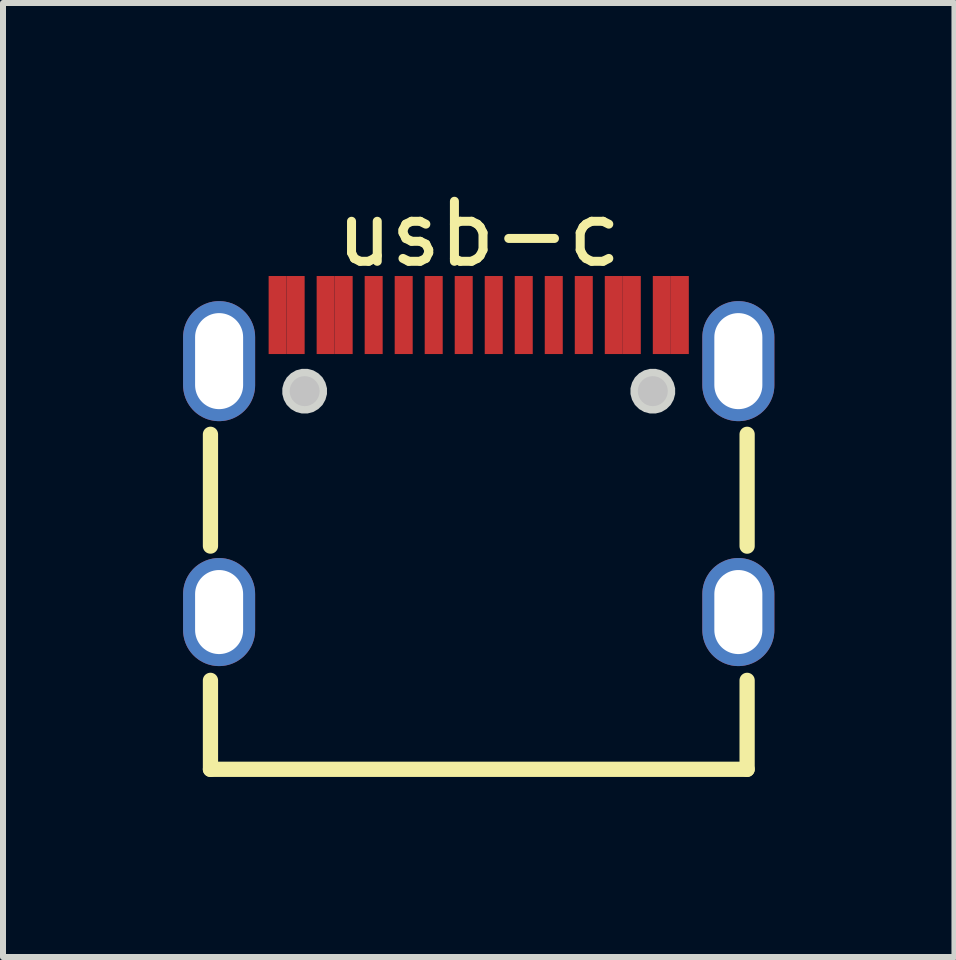
<source format=kicad_pcb>
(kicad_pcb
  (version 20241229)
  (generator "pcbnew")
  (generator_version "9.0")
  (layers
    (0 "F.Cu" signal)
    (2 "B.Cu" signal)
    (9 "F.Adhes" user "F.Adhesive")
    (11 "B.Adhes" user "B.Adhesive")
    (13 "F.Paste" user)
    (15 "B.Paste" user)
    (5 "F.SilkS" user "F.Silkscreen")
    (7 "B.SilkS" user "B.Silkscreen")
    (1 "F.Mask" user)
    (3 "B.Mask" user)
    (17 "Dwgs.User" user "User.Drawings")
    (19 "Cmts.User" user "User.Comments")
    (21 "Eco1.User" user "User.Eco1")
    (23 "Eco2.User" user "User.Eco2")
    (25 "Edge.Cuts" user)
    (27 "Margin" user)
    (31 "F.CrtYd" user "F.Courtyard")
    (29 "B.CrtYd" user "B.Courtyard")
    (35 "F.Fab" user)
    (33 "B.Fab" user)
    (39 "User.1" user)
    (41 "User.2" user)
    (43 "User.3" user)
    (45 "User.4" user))
  (footprint "usb-c"
    (layer "F.Cu")
    (at 4.925 4.672)
    (property "Reference" "usb-c" (at 0 -3.824 0) (layer "F.SilkS") (effects (font (size 1 1) (thickness 0.15))))
    (fp_line (start -4.469 1.375) (end -4.469 -0.487) (stroke (width 0.254) (type default)) (layer "F.SilkS"))
    (fp_line (start -4.469 5.094) (end -4.469 3.612) (stroke (width 0.254) (type default)) (layer "F.SilkS"))
    (fp_line (start 4.471 1.376) (end 4.471 -0.487) (stroke (width 0.254) (type default)) (layer "F.SilkS"))
    (fp_line (start 4.471 5.094) (end -4.469 5.094) (stroke (width 0.254) (type default)) (layer "F.SilkS"))
    (fp_line (start 4.471 5.094) (end 4.471 3.612) (stroke (width 0.254) (type default)) (layer "F.SilkS"))
    (fp_poly (pts (xy -1.6 -1.824) (xy -1.6 -3.124) (xy -1.9 -3.124) (xy -1.9 -1.824)) (stroke (width 0) (type default)) (fill yes) (layer "F.Paste"))
    (fp_poly (pts (xy -1.4 -3.124) (xy -1.4 -1.824) (xy -1.1 -1.824) (xy -1.1 -3.124)) (stroke (width 0) (type default)) (fill yes) (layer "F.Paste"))
    (fp_poly (pts (xy -0.6 -1.824) (xy -0.6 -3.124) (xy -0.9 -3.124) (xy -0.9 -1.824)) (stroke (width 0) (type default)) (fill yes) (layer "F.Paste"))
    (fp_poly (pts (xy -0.1 -1.824) (xy -0.1 -3.124) (xy -0.4 -3.124) (xy -0.4 -1.824)) (stroke (width 0) (type default)) (fill yes) (layer "F.Paste"))
    (fp_poly (pts (xy 0.4 -1.824) (xy 0.4 -3.124) (xy 0.1 -3.124) (xy 0.1 -1.824)) (stroke (width 0) (type default)) (fill yes) (layer "F.Paste"))
    (fp_poly (pts (xy 0.9 -1.824) (xy 0.9 -3.124) (xy 0.6 -3.124) (xy 0.6 -1.824)) (stroke (width 0) (type default)) (fill yes) (layer "F.Paste"))
    (fp_poly (pts (xy 1.399 -1.824) (xy 1.399 -3.124) (xy 1.099 -3.124) (xy 1.099 -1.824)) (stroke (width 0) (type default)) (fill yes) (layer "F.Paste"))
    (fp_poly (pts (xy 1.9 -1.824) (xy 1.9 -3.124) (xy 1.6 -3.124) (xy 1.6 -1.824)) (stroke (width 0) (type default)) (fill yes) (layer "F.Paste"))
    (fp_poly (pts (xy -2.9 -1.824) (xy -2.9 -3.124) (xy -3.2 -3.124) (xy -3.5 -3.124) (xy -3.5 -1.824) (xy -3.2 -1.824)) (stroke (width 0) (type default)) (fill yes) (layer "F.Paste"))
    (fp_poly (pts (xy -2.1 -1.824) (xy -2.1 -3.124) (xy -2.4 -3.124) (xy -2.7 -3.124) (xy -2.7 -1.824) (xy -2.4 -1.824)) (stroke (width 0) (type default)) (fill yes) (layer "F.Paste"))
    (fp_poly (pts (xy 2.7 -1.825) (xy 2.7 -3.124) (xy 2.4 -3.124) (xy 2.1 -3.124) (xy 2.1 -1.825) (xy 2.4 -1.825)) (stroke (width 0) (type default)) (fill yes) (layer "F.Paste"))
    (fp_poly (pts (xy 3.5 -1.825) (xy 3.5 -3.124) (xy 3.2 -3.124) (xy 2.9 -3.124) (xy 2.9 -1.825) (xy 3.2 -1.825)) (stroke (width 0) (type default)) (fill yes) (layer "F.Paste"))
    (fp_poly (pts (xy -4.34 1.575) (xy -4.37 1.576) (xy -4.399 1.579) (xy -4.429 1.583) (xy -4.458 1.589) (xy -4.487 1.597) (xy -4.516 1.605) (xy -4.545 1.615) (xy -4.572 1.627) (xy -4.599 1.64) (xy -4.625 1.655) (xy -4.651 1.67) (xy -4.676 1.687) (xy -4.699 1.705) (xy -4.722 1.724) (xy -4.744 1.744) (xy -4.765 1.766) (xy -4.785 1.788) (xy -4.803 1.812) (xy -4.821 1.836) (xy -4.837 1.861) (xy -4.852 1.887) (xy -4.865 1.914) (xy -4.878 1.941) (xy -4.889 1.969) (xy -4.899 1.998) (xy -4.907 2.026) (xy -4.913 2.055) (xy -4.918 2.084) (xy -4.922 2.115) (xy -4.925 2.144) (xy -4.925 2.174) (xy -4.925 2.774) (xy -4.925 2.804) (xy -4.922 2.834) (xy -4.918 2.864) (xy -4.913 2.893) (xy -4.907 2.922) (xy -4.899 2.951) (xy -4.889 2.979) (xy -4.878 3.007) (xy -4.865 3.034) (xy -4.852 3.061) (xy -4.837 3.087) (xy -4.821 3.112) (xy -4.803 3.136) (xy -4.785 3.16) (xy -4.765 3.182) (xy -4.744 3.204) (xy -4.722 3.224) (xy -4.699 3.243) (xy -4.676 3.261) (xy -4.651 3.278) (xy -4.625 3.293) (xy -4.599 3.308) (xy -4.572 3.321) (xy -4.545 3.333) (xy -4.516 3.343) (xy -4.487 3.352) (xy -4.458 3.359) (xy -4.429 3.365) (xy -4.399 3.369) (xy -4.37 3.373) (xy -4.34 3.374) (xy -4.31 3.374) (xy -4.28 3.373) (xy -4.25 3.369) (xy -4.221 3.365) (xy -4.191 3.359) (xy -4.162 3.352) (xy -4.134 3.343) (xy -4.106 3.333) (xy -4.079 3.321) (xy -4.051 3.308) (xy -4.025 3.293) (xy -3.999 3.278) (xy -3.975 3.261) (xy -3.951 3.243) (xy -3.928 3.224) (xy -3.906 3.204) (xy -3.885 3.182) (xy -3.865 3.16) (xy -3.847 3.136) (xy -3.829 3.112) (xy -3.813 3.087) (xy -3.798 3.061) (xy -3.784 3.034) (xy -3.772 3.007) (xy -3.761 2.979) (xy -3.752 2.951) (xy -3.744 2.922) (xy -3.737 2.893) (xy -3.732 2.864) (xy -3.728 2.834) (xy -3.726 2.804) (xy -3.725 2.774) (xy -3.725 2.174) (xy -3.726 2.144) (xy -3.728 2.115) (xy -3.732 2.084) (xy -3.737 2.055) (xy -3.744 2.026) (xy -3.752 1.998) (xy -3.761 1.969) (xy -3.772 1.941) (xy -3.784 1.914) (xy -3.798 1.887) (xy -3.813 1.861) (xy -3.829 1.836) (xy -3.847 1.812) (xy -3.865 1.788) (xy -3.885 1.766) (xy -3.906 1.744) (xy -3.928 1.724) (xy -3.951 1.705) (xy -3.975 1.687) (xy -3.999 1.67) (xy -4.025 1.655) (xy -4.051 1.64) (xy -4.079 1.627) (xy -4.106 1.615) (xy -4.134 1.605) (xy -4.162 1.597) (xy -4.191 1.589) (xy -4.221 1.583) (xy -4.25 1.579) (xy -4.28 1.576) (xy -4.31 1.575)) (stroke (width 0) (type default)) (fill yes) (layer "F.Paste"))
    (fp_poly (pts (xy -4.28 -2.704) (xy -4.31 -2.705) (xy -4.34 -2.705) (xy -4.37 -2.704) (xy -4.399 -2.701) (xy -4.429 -2.696) (xy -4.458 -2.691) (xy -4.487 -2.683) (xy -4.516 -2.675) (xy -4.545 -2.664) (xy -4.572 -2.652) (xy -4.599 -2.639) (xy -4.625 -2.626) (xy -4.651 -2.61) (xy -4.676 -2.593) (xy -4.699 -2.575) (xy -4.722 -2.555) (xy -4.744 -2.535) (xy -4.765 -2.514) (xy -4.785 -2.491) (xy -4.803 -2.468) (xy -4.821 -2.444) (xy -4.837 -2.418) (xy -4.852 -2.393) (xy -4.865 -2.366) (xy -4.878 -2.339) (xy -4.889 -2.311) (xy -4.899 -2.283) (xy -4.907 -2.254) (xy -4.913 -2.224) (xy -4.918 -2.195) (xy -4.922 -2.166) (xy -4.925 -2.135) (xy -4.925 -2.106) (xy -4.925 -1.306) (xy -4.925 -1.276) (xy -4.922 -1.246) (xy -4.918 -1.216) (xy -4.913 -1.187) (xy -4.907 -1.157) (xy -4.899 -1.129) (xy -4.889 -1.101) (xy -4.878 -1.073) (xy -4.865 -1.046) (xy -4.852 -1.019) (xy -4.837 -0.993) (xy -4.821 -0.968) (xy -4.803 -0.944) (xy -4.785 -0.92) (xy -4.765 -0.897) (xy -4.744 -0.876) (xy -4.722 -0.856) (xy -4.699 -0.837) (xy -4.676 -0.819) (xy -4.651 -0.802) (xy -4.625 -0.786) (xy -4.599 -0.772) (xy -4.572 -0.759) (xy -4.545 -0.748) (xy -4.516 -0.737) (xy -4.487 -0.728) (xy -4.458 -0.721) (xy -4.429 -0.715) (xy -4.399 -0.711) (xy -4.37 -0.708) (xy -4.34 -0.706) (xy -4.31 -0.706) (xy -4.28 -0.708) (xy -4.25 -0.711) (xy -4.221 -0.715) (xy -4.191 -0.721) (xy -4.162 -0.728) (xy -4.134 -0.737) (xy -4.106 -0.748) (xy -4.079 -0.759) (xy -4.051 -0.772) (xy -4.025 -0.786) (xy -3.999 -0.802) (xy -3.975 -0.819) (xy -3.951 -0.837) (xy -3.928 -0.856) (xy -3.906 -0.876) (xy -3.885 -0.897) (xy -3.865 -0.92) (xy -3.847 -0.944) (xy -3.829 -0.968) (xy -3.813 -0.993) (xy -3.798 -1.019) (xy -3.784 -1.046) (xy -3.772 -1.073) (xy -3.761 -1.101) (xy -3.752 -1.129) (xy -3.744 -1.157) (xy -3.737 -1.187) (xy -3.732 -1.216) (xy -3.728 -1.246) (xy -3.726 -1.276) (xy -3.725 -1.306) (xy -3.725 -2.106) (xy -3.726 -2.135) (xy -3.728 -2.166) (xy -3.732 -2.195) (xy -3.737 -2.224) (xy -3.744 -2.254) (xy -3.752 -2.283) (xy -3.761 -2.311) (xy -3.772 -2.339) (xy -3.784 -2.366) (xy -3.798 -2.393) (xy -3.813 -2.418) (xy -3.829 -2.444) (xy -3.847 -2.468) (xy -3.865 -2.491) (xy -3.885 -2.514) (xy -3.906 -2.535) (xy -3.928 -2.555) (xy -3.951 -2.575) (xy -3.975 -2.593) (xy -3.999 -2.61) (xy -4.025 -2.626) (xy -4.051 -2.639) (xy -4.079 -2.652) (xy -4.106 -2.664) (xy -4.134 -2.675) (xy -4.162 -2.683) (xy -4.191 -2.691) (xy -4.221 -2.696) (xy -4.25 -2.701)) (stroke (width 0) (type default)) (fill yes) (layer "F.Paste"))
    (fp_poly (pts (xy 4.37 -2.704) (xy 4.34 -2.705) (xy 4.31 -2.705) (xy 4.28 -2.704) (xy 4.25 -2.701) (xy 4.221 -2.696) (xy 4.191 -2.691) (xy 4.162 -2.683) (xy 4.134 -2.675) (xy 4.106 -2.664) (xy 4.079 -2.652) (xy 4.051 -2.639) (xy 4.025 -2.626) (xy 3.999 -2.61) (xy 3.975 -2.593) (xy 3.951 -2.575) (xy 3.928 -2.555) (xy 3.906 -2.535) (xy 3.885 -2.514) (xy 3.865 -2.491) (xy 3.847 -2.468) (xy 3.829 -2.444) (xy 3.813 -2.418) (xy 3.798 -2.393) (xy 3.784 -2.366) (xy 3.772 -2.339) (xy 3.761 -2.311) (xy 3.752 -2.283) (xy 3.744 -2.254) (xy 3.737 -2.224) (xy 3.732 -2.195) (xy 3.728 -2.166) (xy 3.726 -2.135) (xy 3.725 -2.106) (xy 3.725 -1.306) (xy 3.726 -1.276) (xy 3.728 -1.246) (xy 3.732 -1.216) (xy 3.737 -1.187) (xy 3.744 -1.157) (xy 3.752 -1.129) (xy 3.761 -1.101) (xy 3.772 -1.073) (xy 3.784 -1.046) (xy 3.798 -1.019) (xy 3.813 -0.993) (xy 3.829 -0.968) (xy 3.847 -0.944) (xy 3.865 -0.92) (xy 3.885 -0.897) (xy 3.906 -0.876) (xy 3.928 -0.856) (xy 3.951 -0.837) (xy 3.975 -0.819) (xy 3.999 -0.802) (xy 4.025 -0.786) (xy 4.051 -0.772) (xy 4.079 -0.759) (xy 4.106 -0.748) (xy 4.134 -0.737) (xy 4.162 -0.728) (xy 4.191 -0.721) (xy 4.221 -0.715) (xy 4.25 -0.711) (xy 4.28 -0.708) (xy 4.31 -0.706) (xy 4.34 -0.706) (xy 4.37 -0.708) (xy 4.399 -0.711) (xy 4.429 -0.715) (xy 4.458 -0.721) (xy 4.487 -0.728) (xy 4.516 -0.737) (xy 4.545 -0.748) (xy 4.572 -0.759) (xy 4.599 -0.772) (xy 4.625 -0.786) (xy 4.651 -0.802) (xy 4.676 -0.819) (xy 4.699 -0.837) (xy 4.722 -0.856) (xy 4.744 -0.876) (xy 4.765 -0.897) (xy 4.785 -0.92) (xy 4.803 -0.944) (xy 4.821 -0.968) (xy 4.837 -0.993) (xy 4.852 -1.019) (xy 4.865 -1.046) (xy 4.878 -1.073) (xy 4.889 -1.101) (xy 4.899 -1.129) (xy 4.907 -1.157) (xy 4.913 -1.187) (xy 4.918 -1.216) (xy 4.922 -1.246) (xy 4.925 -1.276) (xy 4.925 -1.306) (xy 4.925 -2.106) (xy 4.925 -2.135) (xy 4.922 -2.166) (xy 4.918 -2.195) (xy 4.913 -2.224) (xy 4.907 -2.254) (xy 4.899 -2.283) (xy 4.889 -2.311) (xy 4.878 -2.339) (xy 4.865 -2.366) (xy 4.852 -2.393) (xy 4.837 -2.418) (xy 4.821 -2.444) (xy 4.803 -2.468) (xy 4.785 -2.491) (xy 4.765 -2.514) (xy 4.744 -2.535) (xy 4.722 -2.555) (xy 4.699 -2.575) (xy 4.676 -2.593) (xy 4.651 -2.61) (xy 4.625 -2.626) (xy 4.599 -2.639) (xy 4.572 -2.652) (xy 4.545 -2.664) (xy 4.516 -2.675) (xy 4.487 -2.683) (xy 4.458 -2.691) (xy 4.429 -2.696) (xy 4.399 -2.701)) (stroke (width 0) (type default)) (fill yes) (layer "F.Paste"))
    (fp_poly (pts (xy 4.37 1.576) (xy 4.34 1.575) (xy 4.31 1.575) (xy 4.28 1.576) (xy 4.25 1.579) (xy 4.221 1.583) (xy 4.191 1.589) (xy 4.162 1.597) (xy 4.134 1.605) (xy 4.106 1.615) (xy 4.079 1.627) (xy 4.051 1.64) (xy 4.025 1.655) (xy 3.999 1.67) (xy 3.975 1.687) (xy 3.951 1.705) (xy 3.928 1.724) (xy 3.906 1.744) (xy 3.885 1.766) (xy 3.865 1.788) (xy 3.847 1.812) (xy 3.829 1.836) (xy 3.813 1.861) (xy 3.798 1.887) (xy 3.784 1.914) (xy 3.772 1.941) (xy 3.761 1.969) (xy 3.752 1.998) (xy 3.744 2.026) (xy 3.737 2.055) (xy 3.732 2.084) (xy 3.728 2.115) (xy 3.726 2.144) (xy 3.725 2.174) (xy 3.725 2.774) (xy 3.726 2.804) (xy 3.728 2.834) (xy 3.732 2.864) (xy 3.737 2.893) (xy 3.744 2.922) (xy 3.752 2.951) (xy 3.761 2.979) (xy 3.772 3.007) (xy 3.784 3.034) (xy 3.798 3.061) (xy 3.813 3.087) (xy 3.829 3.112) (xy 3.847 3.136) (xy 3.865 3.16) (xy 3.885 3.182) (xy 3.906 3.204) (xy 3.928 3.224) (xy 3.951 3.243) (xy 3.975 3.261) (xy 3.999 3.278) (xy 4.025 3.293) (xy 4.051 3.308) (xy 4.079 3.321) (xy 4.106 3.333) (xy 4.134 3.343) (xy 4.162 3.352) (xy 4.191 3.359) (xy 4.221 3.365) (xy 4.25 3.369) (xy 4.28 3.373) (xy 4.31 3.374) (xy 4.34 3.374) (xy 4.37 3.373) (xy 4.399 3.369) (xy 4.429 3.365) (xy 4.458 3.359) (xy 4.487 3.352) (xy 4.516 3.343) (xy 4.545 3.333) (xy 4.572 3.321) (xy 4.599 3.308) (xy 4.625 3.293) (xy 4.651 3.278) (xy 4.676 3.261) (xy 4.699 3.243) (xy 4.722 3.224) (xy 4.744 3.204) (xy 4.765 3.182) (xy 4.785 3.16) (xy 4.803 3.136) (xy 4.821 3.112) (xy 4.837 3.087) (xy 4.852 3.061) (xy 4.865 3.034) (xy 4.878 3.007) (xy 4.889 2.979) (xy 4.899 2.951) (xy 4.907 2.922) (xy 4.913 2.893) (xy 4.918 2.864) (xy 4.922 2.834) (xy 4.925 2.804) (xy 4.925 2.774) (xy 4.925 2.174) (xy 4.925 2.144) (xy 4.922 2.115) (xy 4.918 2.084) (xy 4.913 2.055) (xy 4.907 2.026) (xy 4.899 1.998) (xy 4.889 1.969) (xy 4.878 1.941) (xy 4.865 1.914) (xy 4.852 1.887) (xy 4.837 1.861) (xy 4.821 1.836) (xy 4.803 1.812) (xy 4.785 1.788) (xy 4.765 1.766) (xy 4.744 1.744) (xy 4.722 1.724) (xy 4.699 1.705) (xy 4.676 1.687) (xy 4.651 1.67) (xy 4.625 1.655) (xy 4.599 1.64) (xy 4.572 1.627) (xy 4.545 1.615) (xy 4.516 1.605) (xy 4.487 1.597) (xy 4.458 1.589) (xy 4.429 1.583) (xy 4.399 1.579)) (stroke (width 0) (type default)) (fill yes) (layer "F.Paste"))
    (fp_circle (center -2.9 -1.206) (end -2.775 -1.206) (stroke (width 0.25) (type default)) (fill no) (layer "Dwgs.User"))
    (fp_circle (center 2.9 -1.206) (end 3.025 -1.206) (stroke (width 0.25) (type default)) (fill no) (layer "Dwgs.User"))
    (fp_poly (pts (xy -2.528 -1.254) (xy -2.554 -1.349) (xy -2.602 -1.434) (xy -2.672 -1.503) (xy -2.756 -1.552) (xy -2.851 -1.577) (xy -2.949 -1.577) (xy -3.044 -1.552) (xy -3.128 -1.503) (xy -3.198 -1.434) (xy -3.246 -1.349) (xy -3.272 -1.254) (xy -3.272 -1.157) (xy -3.246 -1.062) (xy -3.198 -0.977) (xy -3.128 -0.908) (xy -3.044 -0.859) (xy -2.949 -0.834) (xy -2.851 -0.834) (xy -2.756 -0.859) (xy -2.672 -0.908) (xy -2.602 -0.977) (xy -2.554 -1.062) (xy -2.528 -1.157)) (stroke (width 0) (type default)) (fill yes) (layer "Edge.Cuts"))
    (fp_poly (pts (xy 3.272 -1.254) (xy 3.246 -1.349) (xy 3.198 -1.434) (xy 3.128 -1.503) (xy 3.044 -1.552) (xy 2.949 -1.577) (xy 2.851 -1.577) (xy 2.756 -1.552) (xy 2.672 -1.503) (xy 2.602 -1.434) (xy 2.554 -1.349) (xy 2.528 -1.254) (xy 2.528 -1.157) (xy 2.554 -1.062) (xy 2.602 -0.977) (xy 2.672 -0.908) (xy 2.756 -0.859) (xy 2.851 -0.834) (xy 2.949 -0.834) (xy 3.044 -0.859) (xy 3.128 -0.908) (xy 3.198 -0.977) (xy 3.246 -1.062) (xy 3.272 -1.157)) (stroke (width 0) (type default)) (fill yes) (layer "Edge.Cuts"))
    (fp_poly (pts (xy -4.475 -2.256) (xy -4.175 -2.256) (xy -4.175 -1.156) (xy -4.475 -1.156)) (stroke (width 0.1) (type default)) (fill no) (layer "User.1"))
    (fp_poly (pts (xy -4.475 2.074) (xy -4.175 2.074) (xy -4.175 2.874) (xy -4.475 2.874)) (stroke (width 0.1) (type default)) (fill no) (layer "User.1"))
    (fp_poly (pts (xy -3.41 -2.756) (xy -3.21 -2.756) (xy -3.21 -2.056) (xy -3.41 -2.056)) (stroke (width 0.1) (type default)) (fill no) (layer "User.1"))
    (fp_poly (pts (xy -3.21 -2.756) (xy -3.01 -2.756) (xy -3.01 -2.056) (xy -3.21 -2.056)) (stroke (width 0.1) (type default)) (fill no) (layer "User.1"))
    (fp_poly (pts (xy -2.61 -2.756) (xy -2.41 -2.756) (xy -2.41 -2.056) (xy -2.61 -2.056)) (stroke (width 0.1) (type default)) (fill no) (layer "User.1"))
    (fp_poly (pts (xy -2.41 -2.756) (xy -2.21 -2.756) (xy -2.21 -2.056) (xy -2.41 -2.056)) (stroke (width 0.1) (type default)) (fill no) (layer "User.1"))
    (fp_poly (pts (xy -1.85 -2.756) (xy -1.65 -2.756) (xy -1.65 -2.056) (xy -1.85 -2.056)) (stroke (width 0.1) (type default)) (fill no) (layer "User.1"))
    (fp_poly (pts (xy -1.35 -2.756) (xy -1.15 -2.756) (xy -1.15 -2.056) (xy -1.35 -2.056)) (stroke (width 0.1) (type default)) (fill no) (layer "User.1"))
    (fp_poly (pts (xy -0.85 -2.756) (xy -0.65 -2.756) (xy -0.65 -2.056) (xy -0.85 -2.056)) (stroke (width 0.1) (type default)) (fill no) (layer "User.1"))
    (fp_poly (pts (xy -0.35 -2.756) (xy -0.15 -2.756) (xy -0.15 -2.056) (xy -0.35 -2.056)) (stroke (width 0.1) (type default)) (fill no) (layer "User.1"))
    (fp_poly (pts (xy 0.15 -2.756) (xy 0.35 -2.756) (xy 0.35 -2.056) (xy 0.15 -2.056)) (stroke (width 0.1) (type default)) (fill no) (layer "User.1"))
    (fp_poly (pts (xy 0.65 -2.756) (xy 0.85 -2.756) (xy 0.85 -2.056) (xy 0.65 -2.056)) (stroke (width 0.1) (type default)) (fill no) (layer "User.1"))
    (fp_poly (pts (xy 1.149 -2.756) (xy 1.349 -2.756) (xy 1.349 -2.056) (xy 1.149 -2.056)) (stroke (width 0.1) (type default)) (fill no) (layer "User.1"))
    (fp_poly (pts (xy 1.65 -2.756) (xy 1.85 -2.756) (xy 1.85 -2.056) (xy 1.65 -2.056)) (stroke (width 0.1) (type default)) (fill no) (layer "User.1"))
    (fp_poly (pts (xy 2.21 -2.756) (xy 2.41 -2.756) (xy 2.41 -2.056) (xy 2.21 -2.056)) (stroke (width 0.1) (type default)) (fill no) (layer "User.1"))
    (fp_poly (pts (xy 2.41 -2.756) (xy 2.61 -2.756) (xy 2.61 -2.056) (xy 2.41 -2.056)) (stroke (width 0.1) (type default)) (fill no) (layer "User.1"))
    (fp_poly (pts (xy 3.01 -2.756) (xy 3.21 -2.756) (xy 3.21 -2.056) (xy 3.01 -2.056)) (stroke (width 0.1) (type default)) (fill no) (layer "User.1"))
    (fp_poly (pts (xy 3.21 -2.756) (xy 3.41 -2.756) (xy 3.41 -2.056) (xy 3.21 -2.056)) (stroke (width 0.1) (type default)) (fill no) (layer "User.1"))
    (fp_poly (pts (xy 4.175 -2.256) (xy 4.475 -2.256) (xy 4.475 -1.156) (xy 4.175 -1.156)) (stroke (width 0.1) (type default)) (fill no) (layer "User.1"))
    (fp_poly (pts (xy 4.175 2.074) (xy 4.475 2.074) (xy 4.475 2.874) (xy 4.175 2.874)) (stroke (width 0.1) (type default)) (fill no) (layer "User.1"))
    (fp_line (start -4.47 -2.256) (end 4.47 -2.256) (stroke (width 0.051) (type default)) (layer "User.2"))
    (fp_line (start -4.47 5.094) (end -4.47 -2.256) (stroke (width 0.051) (type default)) (layer "User.2"))
    (fp_line (start 4.47 -2.256) (end 4.47 5.094) (stroke (width 0.051) (type default)) (layer "User.2"))
    (fp_line (start 4.47 5.094) (end -4.47 5.094) (stroke (width 0.051) (type default)) (layer "User.2"))
    (fp_poly (pts (xy -4.42 -2.779) (xy -4.452 -2.811) (xy -4.498 -2.811) (xy -4.53 -2.779) (xy -4.53 -2.733) (xy -4.498 -2.701) (xy -4.452 -2.701) (xy -4.42 -2.733)) (stroke (width 0.1) (type default)) (fill no) (layer "User.3"))
    (pad "0" thru_hole oval (at -4.325 -1.706) (size 1.2 2) (drill oval 0.8 1.6) (layers "*.Cu" "*.Mask"))
    (pad "1" thru_hole oval (at 4.325 -1.706) (size 1.2 2) (drill oval 0.8 1.6) (layers "*.Cu" "*.Mask"))
    (pad "2" thru_hole oval (at 4.325 2.474) (size 1.2 1.8) (drill oval 0.8 1.4) (layers "*.Cu" "*.Mask"))
    (pad "3" thru_hole oval (at -4.325 2.474) (size 1.2 1.8) (drill oval 0.8 1.4) (layers "*.Cu" "*.Mask"))
    (pad "A1" smd rect (at -3.35 -2.474) (size 0.3 1.3) (layers "F.Cu" "F.Mask" "F.Paste"))
    (pad "A4" smd rect (at -2.55 -2.474) (size 0.3 1.3) (layers "F.Cu" "F.Mask" "F.Paste"))
    (pad "A5" smd rect (at -1.25 -2.474) (size 0.3 1.3) (layers "F.Cu" "F.Mask" "F.Paste"))
    (pad "A6" smd rect (at -0.25 -2.474) (size 0.3 1.3) (layers "F.Cu" "F.Mask" "F.Paste"))
    (pad "A7" smd rect (at 0.25 -2.474) (size 0.3 1.3) (layers "F.Cu" "F.Mask" "F.Paste"))
    (pad "A8" smd rect (at 1.25 -2.474) (size 0.3 1.3) (layers "F.Cu" "F.Mask" "F.Paste"))
    (pad "A9" smd rect (at 2.55 -2.474) (size 0.3 1.3) (layers "F.Cu" "F.Mask" "F.Paste"))
    (pad "A12" smd rect (at 3.35 -2.474) (size 0.3 1.3) (layers "F.Cu" "F.Mask" "F.Paste"))
    (pad "B1" smd rect (at 3.05 -2.474) (size 0.3 1.3) (layers "F.Cu" "F.Mask" "F.Paste"))
    (pad "B4" smd rect (at 2.25 -2.474) (size 0.3 1.3) (layers "F.Cu" "F.Mask" "F.Paste"))
    (pad "B5" smd rect (at 1.75 -2.474) (size 0.3 1.3) (layers "F.Cu" "F.Mask" "F.Paste"))
    (pad "B6" smd rect (at 0.75 -2.474) (size 0.3 1.3) (layers "F.Cu" "F.Mask" "F.Paste"))
    (pad "B7" smd rect (at -0.75 -2.474) (size 0.3 1.3) (layers "F.Cu" "F.Mask" "F.Paste"))
    (pad "B8" smd rect (at -1.75 -2.474) (size 0.3 1.3) (layers "F.Cu" "F.Mask" "F.Paste"))
    (pad "B9" smd rect (at -2.25 -2.474) (size 0.3 1.3) (layers "F.Cu" "F.Mask" "F.Paste"))
    (pad "B12" smd rect (at -3.05 -2.474) (size 0.3 1.3) (layers "F.Cu" "F.Mask" "F.Paste")))
  (gr_rect
    (start -3 -3)
    (end 12.85 12.893)
    (stroke (width 0.1) (type default))
    (fill no)
    (layer "Edge.Cuts")))
</source>
